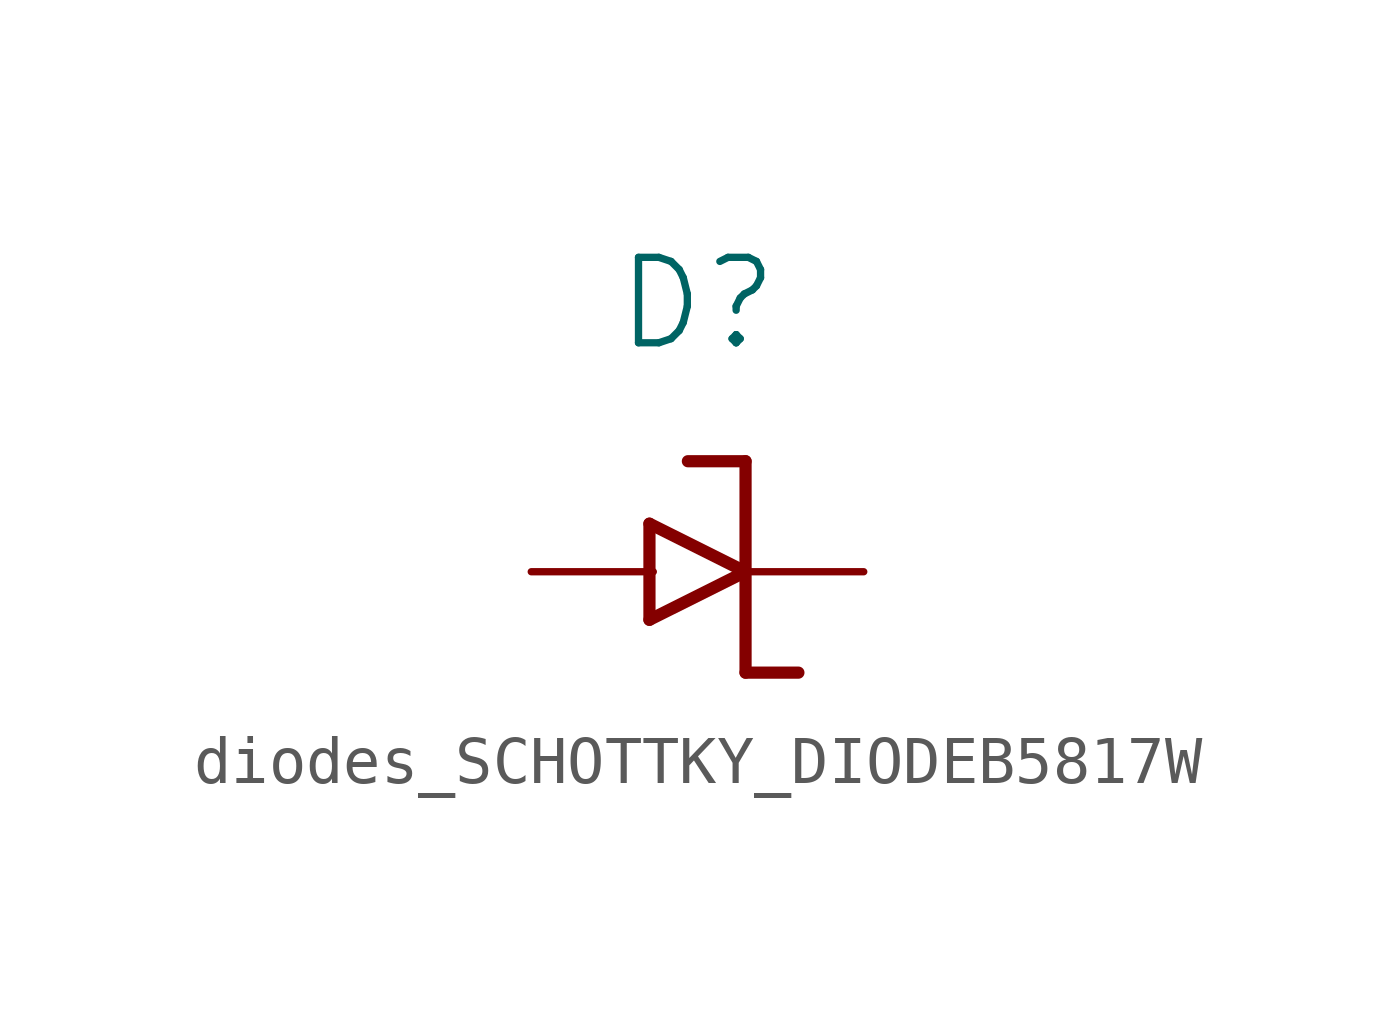
<source format=kicad_sym>
(kicad_symbol_lib
  (version 20241209)
  (generator "kicad_symbol_editor")
  (generator_version "9.0")
  (symbol "diodes_SCHOTTKY_DIODEB5817W"
    (property "Reference" "D"
      (at 0 4.54 0)
      (effects (font (size 1.778 1.778)) (justify bottom)))
    (property "ki_locked" ""
      (at 0 0 0)
      (effects (font (size 1.27 1.27))))
    (symbol "diodes_SCHOTTKY_DIODEB5817W_1_0"
      (polyline (pts (xy -1 1) (xy -1 -1)) (stroke (width 0.254) (type solid)) (fill (type none)))
      (polyline (pts (xy -1 -1) (xy 1 0)) (stroke (width 0.254) (type solid)) (fill (type none)))
      (polyline (pts (xy 1 2.3) (xy -0.2 2.3)) (stroke (width 0.254) (type solid)) (fill (type none)))
      (polyline (pts (xy 1 0) (xy -1 1)) (stroke (width 0.254) (type solid)) (fill (type none)))
      (polyline (pts (xy 1 0) (xy 1 2.3)) (stroke (width 0.254) (type solid)) (fill (type none)))
      (polyline (pts (xy 1 0) (xy 1 -2.1)) (stroke (width 0.254) (type solid)) (fill (type none)))
      (polyline (pts (xy 1 -2.1) (xy 2.1 -2.1)) (stroke (width 0.254) (type solid)) (fill (type none)))
      (pin bidirectional line (at -3.46 0 0) (length 2.54) (name "A" (effects (font (size 0 0)))) (number "2" (effects (font (size 0 0)))))
      (pin bidirectional line (at 3.46 0 180) (length 2.54) (name "C" (effects (font (size 0 0)))) (number "1" (effects (font (size 0 0))))))))
</source>
